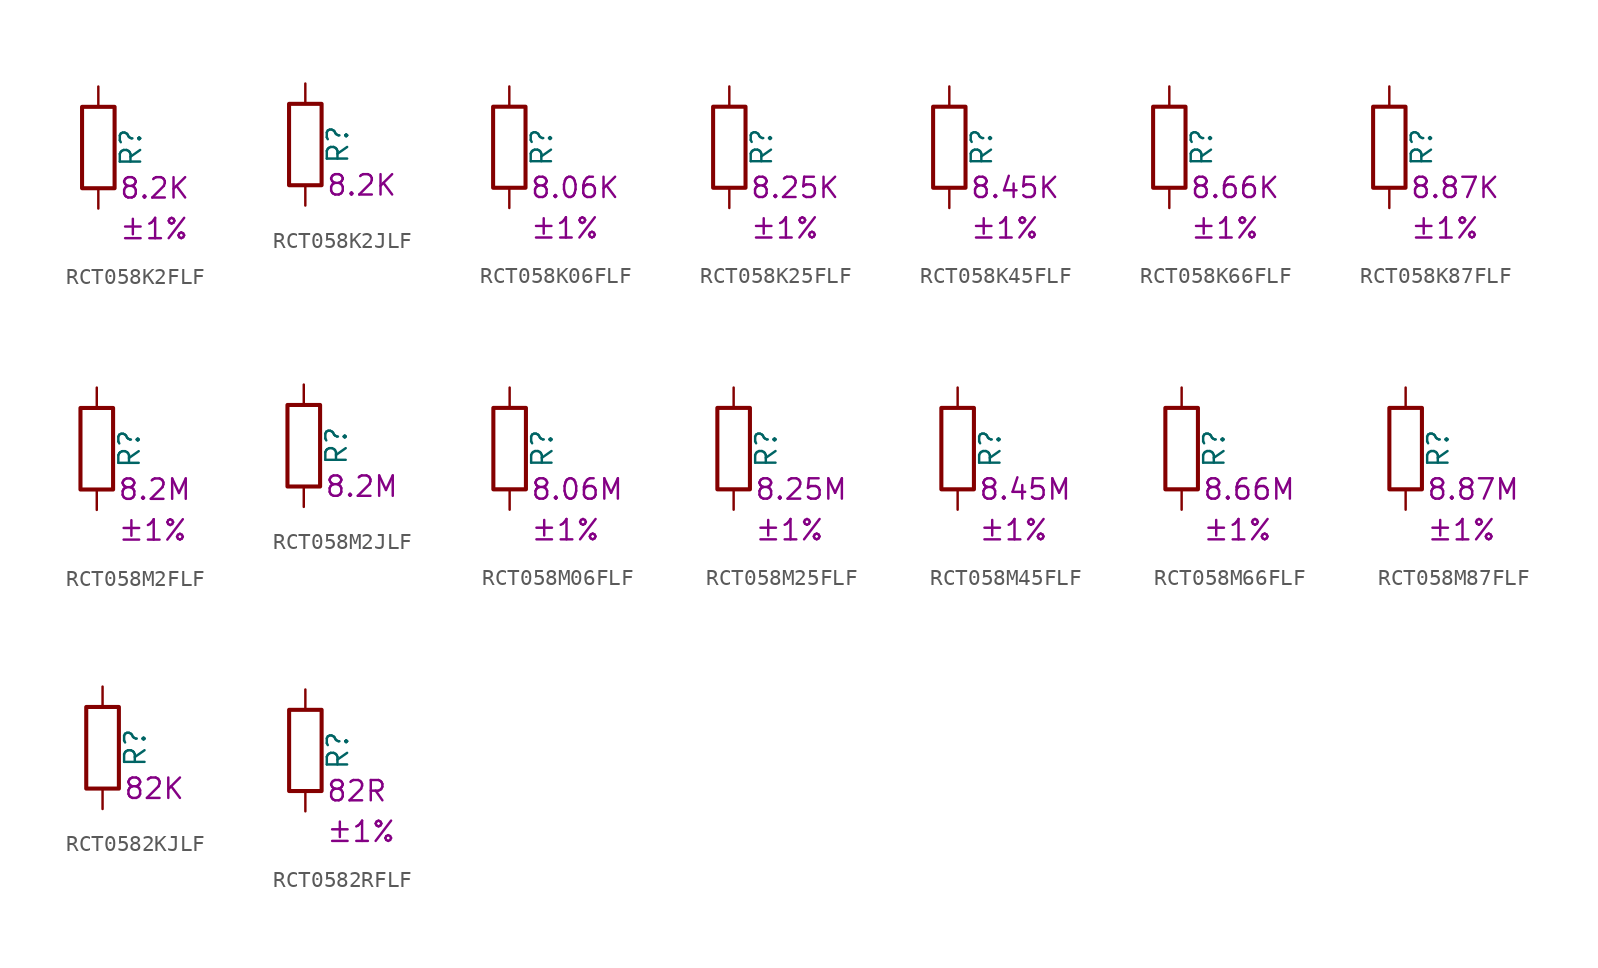
<source format=kicad_sym>
(kicad_symbol_lib
  (version 20220914)
  (generator kicad_symbol_editor)
  (symbol "RCT058K2FLF"
    (pin_numbers hide)
    (pin_names
      (offset 0))
    (property "Reference" "R"
      (at 2.032 0 90)
      (effects (font (size 1.27 1.27))))
    (property "Resistance" "8.2K"
      (at 1.27 -2.54 0)
      (effects (font (size 1.27 1.27)) (justify left)))
    (property "Tolerance" "±1%"
      (at 1.27 -5.08 0)
      (effects (font (size 1.27 1.27)) (justify left)))
    (symbol "RCT058K2FLF_0_1"
      (rectangle (start -1.016 -2.54) (end 1.016 2.54) (stroke (width 0.254) (type default)) (fill (type none))))
    (symbol "RCT058K2FLF_1_1"
      (pin passive line (at 0 3.81 270) (length 1.27) (name "~" (effects (font (size 1.27 1.27)))) (number "1" (effects (font (size 1.27 1.27)))))
      (pin passive line (at 0 -3.81 90) (length 1.27) (name "~" (effects (font (size 1.27 1.27)))) (number "2" (effects (font (size 1.27 1.27)))))))
  (symbol "RCT058K2JLF"
    (pin_numbers hide)
    (pin_names
      (offset 0))
    (property "Reference" "R"
      (at 2.032 0 90)
      (effects (font (size 1.27 1.27))))
    (property "Resistance" "8.2K"
      (at 1.27 -2.54 0)
      (effects (font (size 1.27 1.27)) (justify left)))
    (symbol "RCT058K2JLF_0_1"
      (rectangle (start -1.016 -2.54) (end 1.016 2.54) (stroke (width 0.254) (type default)) (fill (type none))))
    (symbol "RCT058K2JLF_1_1"
      (pin passive line (at 0 3.81 270) (length 1.27) (name "~" (effects (font (size 1.27 1.27)))) (number "1" (effects (font (size 1.27 1.27)))))
      (pin passive line (at 0 -3.81 90) (length 1.27) (name "~" (effects (font (size 1.27 1.27)))) (number "2" (effects (font (size 1.27 1.27)))))))
  (symbol "RCT058K06FLF"
    (pin_numbers hide)
    (pin_names
      (offset 0))
    (property "Reference" "R"
      (at 2.032 0 90)
      (effects (font (size 1.27 1.27))))
    (property "Resistance" "8.06K"
      (at 1.27 -2.54 0)
      (effects (font (size 1.27 1.27)) (justify left)))
    (property "Tolerance" "±1%"
      (at 1.27 -5.08 0)
      (effects (font (size 1.27 1.27)) (justify left)))
    (symbol "RCT058K06FLF_0_1"
      (rectangle (start -1.016 -2.54) (end 1.016 2.54) (stroke (width 0.254) (type default)) (fill (type none))))
    (symbol "RCT058K06FLF_1_1"
      (pin passive line (at 0 3.81 270) (length 1.27) (name "~" (effects (font (size 1.27 1.27)))) (number "1" (effects (font (size 1.27 1.27)))))
      (pin passive line (at 0 -3.81 90) (length 1.27) (name "~" (effects (font (size 1.27 1.27)))) (number "2" (effects (font (size 1.27 1.27)))))))
  (symbol "RCT058K25FLF"
    (pin_numbers hide)
    (pin_names
      (offset 0))
    (property "Reference" "R"
      (at 2.032 0 90)
      (effects (font (size 1.27 1.27))))
    (property "Resistance" "8.25K"
      (at 1.27 -2.54 0)
      (effects (font (size 1.27 1.27)) (justify left)))
    (property "Tolerance" "±1%"
      (at 1.27 -5.08 0)
      (effects (font (size 1.27 1.27)) (justify left)))
    (symbol "RCT058K25FLF_0_1"
      (rectangle (start -1.016 -2.54) (end 1.016 2.54) (stroke (width 0.254) (type default)) (fill (type none))))
    (symbol "RCT058K25FLF_1_1"
      (pin passive line (at 0 3.81 270) (length 1.27) (name "~" (effects (font (size 1.27 1.27)))) (number "1" (effects (font (size 1.27 1.27)))))
      (pin passive line (at 0 -3.81 90) (length 1.27) (name "~" (effects (font (size 1.27 1.27)))) (number "2" (effects (font (size 1.27 1.27)))))))
  (symbol "RCT058K45FLF"
    (pin_numbers hide)
    (pin_names
      (offset 0))
    (property "Reference" "R"
      (at 2.032 0 90)
      (effects (font (size 1.27 1.27))))
    (property "Resistance" "8.45K"
      (at 1.27 -2.54 0)
      (effects (font (size 1.27 1.27)) (justify left)))
    (property "Tolerance" "±1%"
      (at 1.27 -5.08 0)
      (effects (font (size 1.27 1.27)) (justify left)))
    (symbol "RCT058K45FLF_0_1"
      (rectangle (start -1.016 -2.54) (end 1.016 2.54) (stroke (width 0.254) (type default)) (fill (type none))))
    (symbol "RCT058K45FLF_1_1"
      (pin passive line (at 0 3.81 270) (length 1.27) (name "~" (effects (font (size 1.27 1.27)))) (number "1" (effects (font (size 1.27 1.27)))))
      (pin passive line (at 0 -3.81 90) (length 1.27) (name "~" (effects (font (size 1.27 1.27)))) (number "2" (effects (font (size 1.27 1.27)))))))
  (symbol "RCT058K66FLF"
    (pin_numbers hide)
    (pin_names
      (offset 0))
    (property "Reference" "R"
      (at 2.032 0 90)
      (effects (font (size 1.27 1.27))))
    (property "Resistance" "8.66K"
      (at 1.27 -2.54 0)
      (effects (font (size 1.27 1.27)) (justify left)))
    (property "Tolerance" "±1%"
      (at 1.27 -5.08 0)
      (effects (font (size 1.27 1.27)) (justify left)))
    (symbol "RCT058K66FLF_0_1"
      (rectangle (start -1.016 -2.54) (end 1.016 2.54) (stroke (width 0.254) (type default)) (fill (type none))))
    (symbol "RCT058K66FLF_1_1"
      (pin passive line (at 0 3.81 270) (length 1.27) (name "~" (effects (font (size 1.27 1.27)))) (number "1" (effects (font (size 1.27 1.27)))))
      (pin passive line (at 0 -3.81 90) (length 1.27) (name "~" (effects (font (size 1.27 1.27)))) (number "2" (effects (font (size 1.27 1.27)))))))
  (symbol "RCT058K87FLF"
    (pin_numbers hide)
    (pin_names
      (offset 0))
    (property "Reference" "R"
      (at 2.032 0 90)
      (effects (font (size 1.27 1.27))))
    (property "Resistance" "8.87K"
      (at 1.27 -2.54 0)
      (effects (font (size 1.27 1.27)) (justify left)))
    (property "Tolerance" "±1%"
      (at 1.27 -5.08 0)
      (effects (font (size 1.27 1.27)) (justify left)))
    (symbol "RCT058K87FLF_0_1"
      (rectangle (start -1.016 -2.54) (end 1.016 2.54) (stroke (width 0.254) (type default)) (fill (type none))))
    (symbol "RCT058K87FLF_1_1"
      (pin passive line (at 0 3.81 270) (length 1.27) (name "~" (effects (font (size 1.27 1.27)))) (number "1" (effects (font (size 1.27 1.27)))))
      (pin passive line (at 0 -3.81 90) (length 1.27) (name "~" (effects (font (size 1.27 1.27)))) (number "2" (effects (font (size 1.27 1.27)))))))
  (symbol "RCT058M2FLF"
    (pin_numbers hide)
    (pin_names
      (offset 0))
    (property "Reference" "R"
      (at 2.032 0 90)
      (effects (font (size 1.27 1.27))))
    (property "Resistance" "8.2M"
      (at 1.27 -2.54 0)
      (effects (font (size 1.27 1.27)) (justify left)))
    (property "Tolerance" "±1%"
      (at 1.27 -5.08 0)
      (effects (font (size 1.27 1.27)) (justify left)))
    (symbol "RCT058M2FLF_0_1"
      (rectangle (start -1.016 -2.54) (end 1.016 2.54) (stroke (width 0.254) (type default)) (fill (type none))))
    (symbol "RCT058M2FLF_1_1"
      (pin passive line (at 0 3.81 270) (length 1.27) (name "~" (effects (font (size 1.27 1.27)))) (number "1" (effects (font (size 1.27 1.27)))))
      (pin passive line (at 0 -3.81 90) (length 1.27) (name "~" (effects (font (size 1.27 1.27)))) (number "2" (effects (font (size 1.27 1.27)))))))
  (symbol "RCT058M2JLF"
    (pin_numbers hide)
    (pin_names
      (offset 0))
    (property "Reference" "R"
      (at 2.032 0 90)
      (effects (font (size 1.27 1.27))))
    (property "Resistance" "8.2M"
      (at 1.27 -2.54 0)
      (effects (font (size 1.27 1.27)) (justify left)))
    (symbol "RCT058M2JLF_0_1"
      (rectangle (start -1.016 -2.54) (end 1.016 2.54) (stroke (width 0.254) (type default)) (fill (type none))))
    (symbol "RCT058M2JLF_1_1"
      (pin passive line (at 0 3.81 270) (length 1.27) (name "~" (effects (font (size 1.27 1.27)))) (number "1" (effects (font (size 1.27 1.27)))))
      (pin passive line (at 0 -3.81 90) (length 1.27) (name "~" (effects (font (size 1.27 1.27)))) (number "2" (effects (font (size 1.27 1.27)))))))
  (symbol "RCT058M06FLF"
    (pin_numbers hide)
    (pin_names
      (offset 0))
    (property "Reference" "R"
      (at 2.032 0 90)
      (effects (font (size 1.27 1.27))))
    (property "Resistance" "8.06M"
      (at 1.27 -2.54 0)
      (effects (font (size 1.27 1.27)) (justify left)))
    (property "Tolerance" "±1%"
      (at 1.27 -5.08 0)
      (effects (font (size 1.27 1.27)) (justify left)))
    (symbol "RCT058M06FLF_0_1"
      (rectangle (start -1.016 -2.54) (end 1.016 2.54) (stroke (width 0.254) (type default)) (fill (type none))))
    (symbol "RCT058M06FLF_1_1"
      (pin passive line (at 0 3.81 270) (length 1.27) (name "~" (effects (font (size 1.27 1.27)))) (number "1" (effects (font (size 1.27 1.27)))))
      (pin passive line (at 0 -3.81 90) (length 1.27) (name "~" (effects (font (size 1.27 1.27)))) (number "2" (effects (font (size 1.27 1.27)))))))
  (symbol "RCT058M25FLF"
    (pin_numbers hide)
    (pin_names
      (offset 0))
    (property "Reference" "R"
      (at 2.032 0 90)
      (effects (font (size 1.27 1.27))))
    (property "Resistance" "8.25M"
      (at 1.27 -2.54 0)
      (effects (font (size 1.27 1.27)) (justify left)))
    (property "Tolerance" "±1%"
      (at 1.27 -5.08 0)
      (effects (font (size 1.27 1.27)) (justify left)))
    (symbol "RCT058M25FLF_0_1"
      (rectangle (start -1.016 -2.54) (end 1.016 2.54) (stroke (width 0.254) (type default)) (fill (type none))))
    (symbol "RCT058M25FLF_1_1"
      (pin passive line (at 0 3.81 270) (length 1.27) (name "~" (effects (font (size 1.27 1.27)))) (number "1" (effects (font (size 1.27 1.27)))))
      (pin passive line (at 0 -3.81 90) (length 1.27) (name "~" (effects (font (size 1.27 1.27)))) (number "2" (effects (font (size 1.27 1.27)))))))
  (symbol "RCT058M45FLF"
    (pin_numbers hide)
    (pin_names
      (offset 0))
    (property "Reference" "R"
      (at 2.032 0 90)
      (effects (font (size 1.27 1.27))))
    (property "Resistance" "8.45M"
      (at 1.27 -2.54 0)
      (effects (font (size 1.27 1.27)) (justify left)))
    (property "Tolerance" "±1%"
      (at 1.27 -5.08 0)
      (effects (font (size 1.27 1.27)) (justify left)))
    (symbol "RCT058M45FLF_0_1"
      (rectangle (start -1.016 -2.54) (end 1.016 2.54) (stroke (width 0.254) (type default)) (fill (type none))))
    (symbol "RCT058M45FLF_1_1"
      (pin passive line (at 0 3.81 270) (length 1.27) (name "~" (effects (font (size 1.27 1.27)))) (number "1" (effects (font (size 1.27 1.27)))))
      (pin passive line (at 0 -3.81 90) (length 1.27) (name "~" (effects (font (size 1.27 1.27)))) (number "2" (effects (font (size 1.27 1.27)))))))
  (symbol "RCT058M66FLF"
    (pin_numbers hide)
    (pin_names
      (offset 0))
    (property "Reference" "R"
      (at 2.032 0 90)
      (effects (font (size 1.27 1.27))))
    (property "Resistance" "8.66M"
      (at 1.27 -2.54 0)
      (effects (font (size 1.27 1.27)) (justify left)))
    (property "Tolerance" "±1%"
      (at 1.27 -5.08 0)
      (effects (font (size 1.27 1.27)) (justify left)))
    (symbol "RCT058M66FLF_0_1"
      (rectangle (start -1.016 -2.54) (end 1.016 2.54) (stroke (width 0.254) (type default)) (fill (type none))))
    (symbol "RCT058M66FLF_1_1"
      (pin passive line (at 0 3.81 270) (length 1.27) (name "~" (effects (font (size 1.27 1.27)))) (number "1" (effects (font (size 1.27 1.27)))))
      (pin passive line (at 0 -3.81 90) (length 1.27) (name "~" (effects (font (size 1.27 1.27)))) (number "2" (effects (font (size 1.27 1.27)))))))
  (symbol "RCT058M87FLF"
    (pin_numbers hide)
    (pin_names
      (offset 0))
    (property "Reference" "R"
      (at 2.032 0 90)
      (effects (font (size 1.27 1.27))))
    (property "Resistance" "8.87M"
      (at 1.27 -2.54 0)
      (effects (font (size 1.27 1.27)) (justify left)))
    (property "Tolerance" "±1%"
      (at 1.27 -5.08 0)
      (effects (font (size 1.27 1.27)) (justify left)))
    (symbol "RCT058M87FLF_0_1"
      (rectangle (start -1.016 -2.54) (end 1.016 2.54) (stroke (width 0.254) (type default)) (fill (type none))))
    (symbol "RCT058M87FLF_1_1"
      (pin passive line (at 0 3.81 270) (length 1.27) (name "~" (effects (font (size 1.27 1.27)))) (number "1" (effects (font (size 1.27 1.27)))))
      (pin passive line (at 0 -3.81 90) (length 1.27) (name "~" (effects (font (size 1.27 1.27)))) (number "2" (effects (font (size 1.27 1.27)))))))
  (symbol "RCT0582KJLF"
    (pin_numbers hide)
    (pin_names
      (offset 0))
    (property "Reference" "R"
      (at 2.032 0 90)
      (effects (font (size 1.27 1.27))))
    (property "Resistance" "82K"
      (at 1.27 -2.54 0)
      (effects (font (size 1.27 1.27)) (justify left)))
    (symbol "RCT0582KJLF_0_1"
      (rectangle (start -1.016 -2.54) (end 1.016 2.54) (stroke (width 0.254) (type default)) (fill (type none))))
    (symbol "RCT0582KJLF_1_1"
      (pin passive line (at 0 3.81 270) (length 1.27) (name "~" (effects (font (size 1.27 1.27)))) (number "1" (effects (font (size 1.27 1.27)))))
      (pin passive line (at 0 -3.81 90) (length 1.27) (name "~" (effects (font (size 1.27 1.27)))) (number "2" (effects (font (size 1.27 1.27)))))))
  (symbol "RCT0582RFLF"
    (pin_numbers hide)
    (pin_names
      (offset 0))
    (property "Reference" "R"
      (at 2.032 0 90)
      (effects (font (size 1.27 1.27))))
    (property "Resistance" "82R"
      (at 1.27 -2.54 0)
      (effects (font (size 1.27 1.27)) (justify left)))
    (property "Tolerance" "±1%"
      (at 1.27 -5.08 0)
      (effects (font (size 1.27 1.27)) (justify left)))
    (symbol "RCT0582RFLF_0_1"
      (rectangle (start -1.016 -2.54) (end 1.016 2.54) (stroke (width 0.254) (type default)) (fill (type none))))
    (symbol "RCT0582RFLF_1_1"
      (pin passive line (at 0 3.81 270) (length 1.27) (name "~" (effects (font (size 1.27 1.27)))) (number "1" (effects (font (size 1.27 1.27)))))
      (pin passive line (at 0 -3.81 90) (length 1.27) (name "~" (effects (font (size 1.27 1.27)))) (number "2" (effects (font (size 1.27 1.27))))))))
</source>
